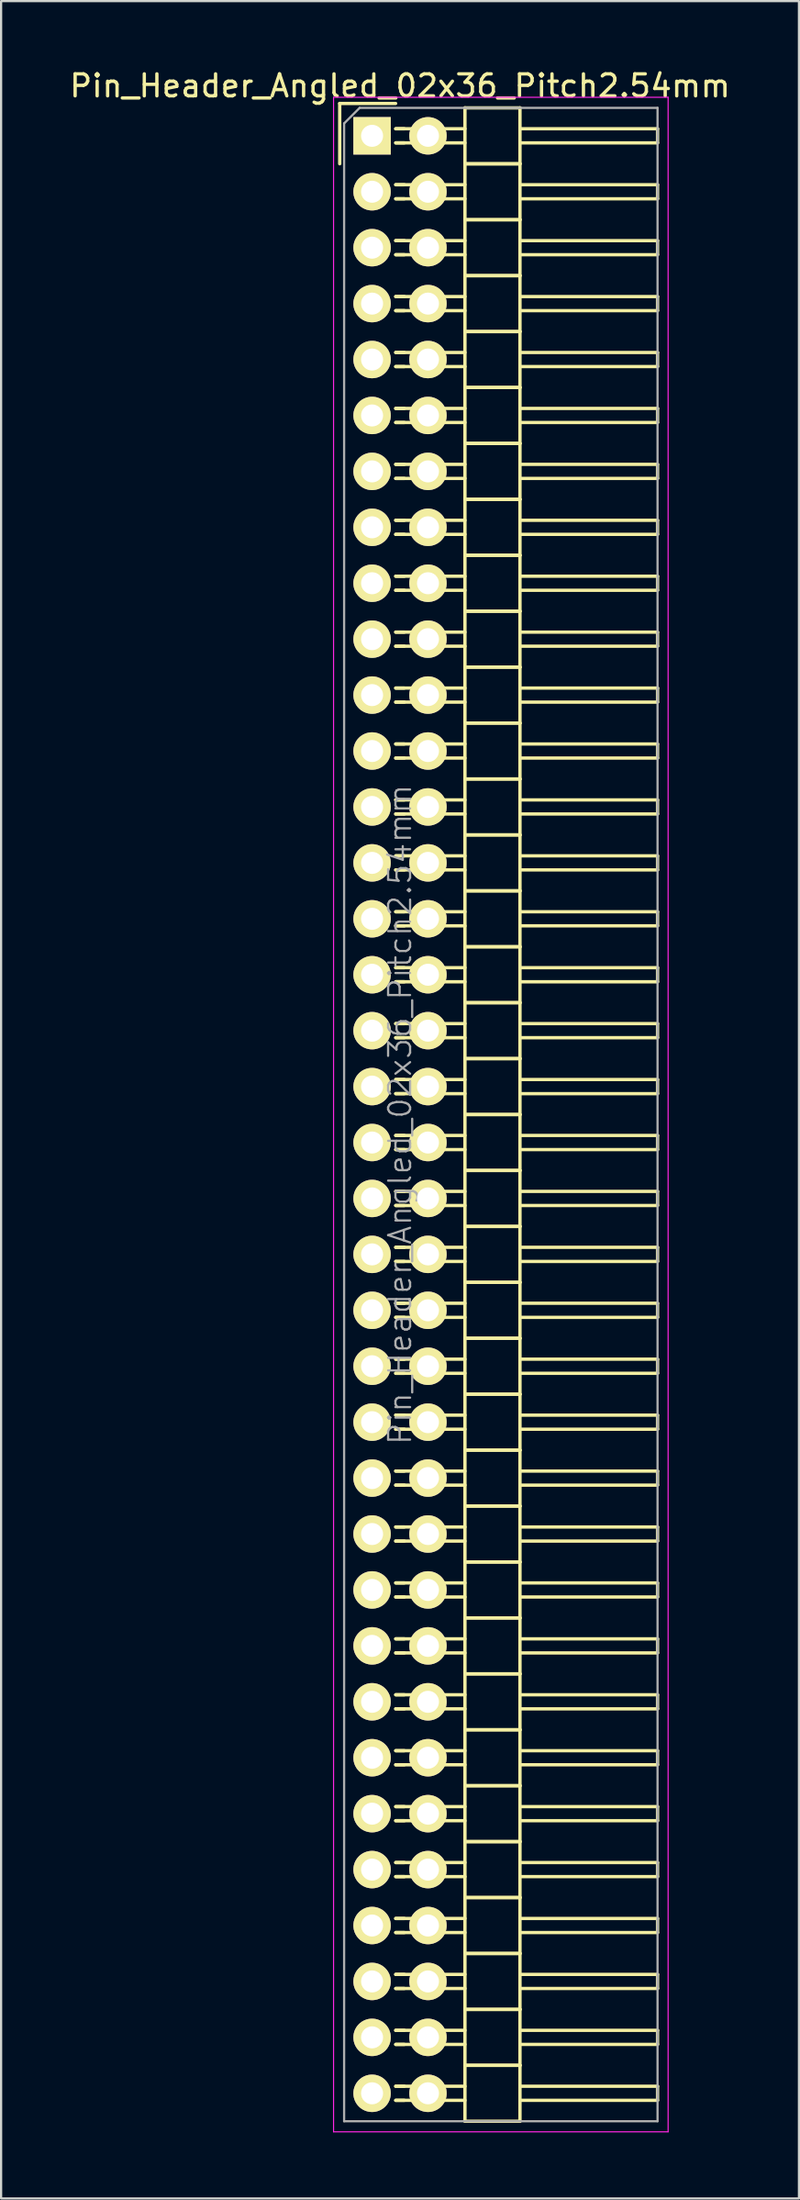
<source format=kicad_pcb>
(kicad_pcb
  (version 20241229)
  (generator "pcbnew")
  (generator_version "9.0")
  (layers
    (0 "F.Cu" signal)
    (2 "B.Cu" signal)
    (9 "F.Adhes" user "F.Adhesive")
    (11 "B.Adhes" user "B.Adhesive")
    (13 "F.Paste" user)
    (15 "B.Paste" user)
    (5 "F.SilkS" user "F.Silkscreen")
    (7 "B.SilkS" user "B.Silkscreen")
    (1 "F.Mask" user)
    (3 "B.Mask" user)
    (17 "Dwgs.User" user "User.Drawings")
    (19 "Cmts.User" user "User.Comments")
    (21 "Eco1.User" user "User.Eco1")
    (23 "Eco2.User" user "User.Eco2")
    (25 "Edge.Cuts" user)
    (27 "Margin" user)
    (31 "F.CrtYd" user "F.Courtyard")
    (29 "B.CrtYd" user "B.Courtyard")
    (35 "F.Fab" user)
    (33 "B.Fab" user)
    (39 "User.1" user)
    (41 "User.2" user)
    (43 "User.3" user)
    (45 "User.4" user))
  (footprint "Pin_Header_Angled_02x36_Pitch2.54mm"
    (layer "F.Cu")
    (at 13.855 3.118)
    (property "Reference" "Pin_Header_Angled_02x36_Pitch2.54mm" (at 1.27 -2.27 0) (layer "F.SilkS") (effects (font (size 1 1) (thickness 0.15))))
    (attr smd)
    (fp_line (start -1.47 -1.47) (end -1.47 1.27) (stroke (width 0.15) (type solid)) (layer "F.SilkS"))
    (fp_line (start -1.47 -1.47) (end 1.07 -1.47) (stroke (width 0.15) (type solid)) (layer "F.SilkS"))
    (fp_line (start 1.465 -0.32) (end 1.075 -0.32) (stroke (width 0.15) (type solid)) (layer "F.SilkS"))
    (fp_line (start 1.465 0.32) (end 1.075 0.32) (stroke (width 0.15) (type solid)) (layer "F.SilkS"))
    (fp_line (start 1.465 2.22) (end 1.075 2.22) (stroke (width 0.15) (type solid)) (layer "F.SilkS"))
    (fp_line (start 1.465 2.86) (end 1.075 2.86) (stroke (width 0.15) (type solid)) (layer "F.SilkS"))
    (fp_line (start 1.465 4.76) (end 1.075 4.76) (stroke (width 0.15) (type solid)) (layer "F.SilkS"))
    (fp_line (start 1.465 5.4) (end 1.075 5.4) (stroke (width 0.15) (type solid)) (layer "F.SilkS"))
    (fp_line (start 1.465 7.3) (end 1.075 7.3) (stroke (width 0.15) (type solid)) (layer "F.SilkS"))
    (fp_line (start 1.465 7.94) (end 1.075 7.94) (stroke (width 0.15) (type solid)) (layer "F.SilkS"))
    (fp_line (start 1.465 9.84) (end 1.075 9.84) (stroke (width 0.15) (type solid)) (layer "F.SilkS"))
    (fp_line (start 1.465 10.48) (end 1.075 10.48) (stroke (width 0.15) (type solid)) (layer "F.SilkS"))
    (fp_line (start 1.465 12.38) (end 1.075 12.38) (stroke (width 0.15) (type solid)) (layer "F.SilkS"))
    (fp_line (start 1.465 13.02) (end 1.075 13.02) (stroke (width 0.15) (type solid)) (layer "F.SilkS"))
    (fp_line (start 1.465 14.92) (end 1.075 14.92) (stroke (width 0.15) (type solid)) (layer "F.SilkS"))
    (fp_line (start 1.465 15.56) (end 1.075 15.56) (stroke (width 0.15) (type solid)) (layer "F.SilkS"))
    (fp_line (start 1.465 17.46) (end 1.075 17.46) (stroke (width 0.15) (type solid)) (layer "F.SilkS"))
    (fp_line (start 1.465 18.1) (end 1.075 18.1) (stroke (width 0.15) (type solid)) (layer "F.SilkS"))
    (fp_line (start 1.465 20) (end 1.075 20) (stroke (width 0.15) (type solid)) (layer "F.SilkS"))
    (fp_line (start 1.465 20.64) (end 1.075 20.64) (stroke (width 0.15) (type solid)) (layer "F.SilkS"))
    (fp_line (start 1.465 22.54) (end 1.075 22.54) (stroke (width 0.15) (type solid)) (layer "F.SilkS"))
    (fp_line (start 1.465 23.18) (end 1.075 23.18) (stroke (width 0.15) (type solid)) (layer "F.SilkS"))
    (fp_line (start 1.465 25.08) (end 1.075 25.08) (stroke (width 0.15) (type solid)) (layer "F.SilkS"))
    (fp_line (start 1.465 25.72) (end 1.075 25.72) (stroke (width 0.15) (type solid)) (layer "F.SilkS"))
    (fp_line (start 1.465 27.62) (end 1.075 27.62) (stroke (width 0.15) (type solid)) (layer "F.SilkS"))
    (fp_line (start 1.465 28.26) (end 1.075 28.26) (stroke (width 0.15) (type solid)) (layer "F.SilkS"))
    (fp_line (start 1.465 30.16) (end 1.075 30.16) (stroke (width 0.15) (type solid)) (layer "F.SilkS"))
    (fp_line (start 1.465 30.8) (end 1.075 30.8) (stroke (width 0.15) (type solid)) (layer "F.SilkS"))
    (fp_line (start 1.465 32.7) (end 1.075 32.7) (stroke (width 0.15) (type solid)) (layer "F.SilkS"))
    (fp_line (start 1.465 33.34) (end 1.075 33.34) (stroke (width 0.15) (type solid)) (layer "F.SilkS"))
    (fp_line (start 1.465 35.24) (end 1.075 35.24) (stroke (width 0.15) (type solid)) (layer "F.SilkS"))
    (fp_line (start 1.465 35.88) (end 1.075 35.88) (stroke (width 0.15) (type solid)) (layer "F.SilkS"))
    (fp_line (start 1.465 37.78) (end 1.075 37.78) (stroke (width 0.15) (type solid)) (layer "F.SilkS"))
    (fp_line (start 1.465 38.42) (end 1.075 38.42) (stroke (width 0.15) (type solid)) (layer "F.SilkS"))
    (fp_line (start 1.465 40.32) (end 1.075 40.32) (stroke (width 0.15) (type solid)) (layer "F.SilkS"))
    (fp_line (start 1.465 40.96) (end 1.075 40.96) (stroke (width 0.15) (type solid)) (layer "F.SilkS"))
    (fp_line (start 1.465 42.86) (end 1.075 42.86) (stroke (width 0.15) (type solid)) (layer "F.SilkS"))
    (fp_line (start 1.465 43.5) (end 1.075 43.5) (stroke (width 0.15) (type solid)) (layer "F.SilkS"))
    (fp_line (start 1.465 45.4) (end 1.075 45.4) (stroke (width 0.15) (type solid)) (layer "F.SilkS"))
    (fp_line (start 1.465 46.04) (end 1.075 46.04) (stroke (width 0.15) (type solid)) (layer "F.SilkS"))
    (fp_line (start 1.465 47.94) (end 1.075 47.94) (stroke (width 0.15) (type solid)) (layer "F.SilkS"))
    (fp_line (start 1.465 48.58) (end 1.075 48.58) (stroke (width 0.15) (type solid)) (layer "F.SilkS"))
    (fp_line (start 1.465 50.48) (end 1.075 50.48) (stroke (width 0.15) (type solid)) (layer "F.SilkS"))
    (fp_line (start 1.465 51.12) (end 1.075 51.12) (stroke (width 0.15) (type solid)) (layer "F.SilkS"))
    (fp_line (start 1.465 53.02) (end 1.075 53.02) (stroke (width 0.15) (type solid)) (layer "F.SilkS"))
    (fp_line (start 1.465 53.66) (end 1.075 53.66) (stroke (width 0.15) (type solid)) (layer "F.SilkS"))
    (fp_line (start 1.465 55.56) (end 1.075 55.56) (stroke (width 0.15) (type solid)) (layer "F.SilkS"))
    (fp_line (start 1.465 56.2) (end 1.075 56.2) (stroke (width 0.15) (type solid)) (layer "F.SilkS"))
    (fp_line (start 1.465 58.1) (end 1.075 58.1) (stroke (width 0.15) (type solid)) (layer "F.SilkS"))
    (fp_line (start 1.465 58.74) (end 1.075 58.74) (stroke (width 0.15) (type solid)) (layer "F.SilkS"))
    (fp_line (start 1.465 60.64) (end 1.075 60.64) (stroke (width 0.15) (type solid)) (layer "F.SilkS"))
    (fp_line (start 1.465 61.28) (end 1.075 61.28) (stroke (width 0.15) (type solid)) (layer "F.SilkS"))
    (fp_line (start 1.465 63.18) (end 1.075 63.18) (stroke (width 0.15) (type solid)) (layer "F.SilkS"))
    (fp_line (start 1.465 63.82) (end 1.075 63.82) (stroke (width 0.15) (type solid)) (layer "F.SilkS"))
    (fp_line (start 1.465 65.72) (end 1.075 65.72) (stroke (width 0.15) (type solid)) (layer "F.SilkS"))
    (fp_line (start 1.465 66.36) (end 1.075 66.36) (stroke (width 0.15) (type solid)) (layer "F.SilkS"))
    (fp_line (start 1.465 68.26) (end 1.075 68.26) (stroke (width 0.15) (type solid)) (layer "F.SilkS"))
    (fp_line (start 1.465 68.9) (end 1.075 68.9) (stroke (width 0.15) (type solid)) (layer "F.SilkS"))
    (fp_line (start 1.465 70.8) (end 1.075 70.8) (stroke (width 0.15) (type solid)) (layer "F.SilkS"))
    (fp_line (start 1.465 71.44) (end 1.075 71.44) (stroke (width 0.15) (type solid)) (layer "F.SilkS"))
    (fp_line (start 1.465 73.34) (end 1.075 73.34) (stroke (width 0.15) (type solid)) (layer "F.SilkS"))
    (fp_line (start 1.465 73.98) (end 1.075 73.98) (stroke (width 0.15) (type solid)) (layer "F.SilkS"))
    (fp_line (start 1.465 75.88) (end 1.075 75.88) (stroke (width 0.15) (type solid)) (layer "F.SilkS"))
    (fp_line (start 1.465 76.52) (end 1.075 76.52) (stroke (width 0.15) (type solid)) (layer "F.SilkS"))
    (fp_line (start 1.465 78.42) (end 1.075 78.42) (stroke (width 0.15) (type solid)) (layer "F.SilkS"))
    (fp_line (start 1.465 79.06) (end 1.075 79.06) (stroke (width 0.15) (type solid)) (layer "F.SilkS"))
    (fp_line (start 1.465 80.96) (end 1.075 80.96) (stroke (width 0.15) (type solid)) (layer "F.SilkS"))
    (fp_line (start 1.465 81.6) (end 1.075 81.6) (stroke (width 0.15) (type solid)) (layer "F.SilkS"))
    (fp_line (start 1.465 83.5) (end 1.075 83.5) (stroke (width 0.15) (type solid)) (layer "F.SilkS"))
    (fp_line (start 1.465 84.14) (end 1.075 84.14) (stroke (width 0.15) (type solid)) (layer "F.SilkS"))
    (fp_line (start 1.465 86.04) (end 1.075 86.04) (stroke (width 0.15) (type solid)) (layer "F.SilkS"))
    (fp_line (start 1.465 86.68) (end 1.075 86.68) (stroke (width 0.15) (type solid)) (layer "F.SilkS"))
    (fp_line (start 1.465 88.58) (end 1.075 88.58) (stroke (width 0.15) (type solid)) (layer "F.SilkS"))
    (fp_line (start 1.465 89.22) (end 1.075 89.22) (stroke (width 0.15) (type solid)) (layer "F.SilkS"))
    (fp_line (start 4.22 -0.32) (end 1.075 -0.32) (stroke (width 0.15) (type solid)) (layer "F.SilkS"))
    (fp_line (start 4.22 0.32) (end 1.075 0.32) (stroke (width 0.15) (type solid)) (layer "F.SilkS"))
    (fp_line (start 4.22 1.27) (end 4.22 -1.27) (stroke (width 0.15) (type solid)) (layer "F.SilkS"))
    (fp_line (start 4.22 2.22) (end 1.075 2.22) (stroke (width 0.15) (type solid)) (layer "F.SilkS"))
    (fp_line (start 4.22 2.86) (end 1.075 2.86) (stroke (width 0.15) (type solid)) (layer "F.SilkS"))
    (fp_line (start 4.22 3.81) (end 4.22 1.27) (stroke (width 0.15) (type solid)) (layer "F.SilkS"))
    (fp_line (start 4.22 4.76) (end 1.075 4.76) (stroke (width 0.15) (type solid)) (layer "F.SilkS"))
    (fp_line (start 4.22 5.4) (end 1.075 5.4) (stroke (width 0.15) (type solid)) (layer "F.SilkS"))
    (fp_line (start 4.22 6.35) (end 4.22 3.81) (stroke (width 0.15) (type solid)) (layer "F.SilkS"))
    (fp_line (start 4.22 7.3) (end 1.075 7.3) (stroke (width 0.15) (type solid)) (layer "F.SilkS"))
    (fp_line (start 4.22 7.94) (end 1.075 7.94) (stroke (width 0.15) (type solid)) (layer "F.SilkS"))
    (fp_line (start 4.22 8.89) (end 4.22 6.35) (stroke (width 0.15) (type solid)) (layer "F.SilkS"))
    (fp_line (start 4.22 9.84) (end 1.075 9.84) (stroke (width 0.15) (type solid)) (layer "F.SilkS"))
    (fp_line (start 4.22 10.48) (end 1.075 10.48) (stroke (width 0.15) (type solid)) (layer "F.SilkS"))
    (fp_line (start 4.22 11.43) (end 4.22 8.89) (stroke (width 0.15) (type solid)) (layer "F.SilkS"))
    (fp_line (start 4.22 12.38) (end 1.075 12.38) (stroke (width 0.15) (type solid)) (layer "F.SilkS"))
    (fp_line (start 4.22 13.02) (end 1.075 13.02) (stroke (width 0.15) (type solid)) (layer "F.SilkS"))
    (fp_line (start 4.22 13.97) (end 4.22 11.43) (stroke (width 0.15) (type solid)) (layer "F.SilkS"))
    (fp_line (start 4.22 14.92) (end 1.075 14.92) (stroke (width 0.15) (type solid)) (layer "F.SilkS"))
    (fp_line (start 4.22 15.56) (end 1.075 15.56) (stroke (width 0.15) (type solid)) (layer "F.SilkS"))
    (fp_line (start 4.22 16.51) (end 4.22 13.97) (stroke (width 0.15) (type solid)) (layer "F.SilkS"))
    (fp_line (start 4.22 17.46) (end 1.075 17.46) (stroke (width 0.15) (type solid)) (layer "F.SilkS"))
    (fp_line (start 4.22 18.1) (end 1.075 18.1) (stroke (width 0.15) (type solid)) (layer "F.SilkS"))
    (fp_line (start 4.22 19.05) (end 4.22 16.51) (stroke (width 0.15) (type solid)) (layer "F.SilkS"))
    (fp_line (start 4.22 20) (end 1.075 20) (stroke (width 0.15) (type solid)) (layer "F.SilkS"))
    (fp_line (start 4.22 20.64) (end 1.075 20.64) (stroke (width 0.15) (type solid)) (layer "F.SilkS"))
    (fp_line (start 4.22 21.59) (end 4.22 19.05) (stroke (width 0.15) (type solid)) (layer "F.SilkS"))
    (fp_line (start 4.22 22.54) (end 1.075 22.54) (stroke (width 0.15) (type solid)) (layer "F.SilkS"))
    (fp_line (start 4.22 23.18) (end 1.075 23.18) (stroke (width 0.15) (type solid)) (layer "F.SilkS"))
    (fp_line (start 4.22 24.13) (end 4.22 21.59) (stroke (width 0.15) (type solid)) (layer "F.SilkS"))
    (fp_line (start 4.22 25.08) (end 1.075 25.08) (stroke (width 0.15) (type solid)) (layer "F.SilkS"))
    (fp_line (start 4.22 25.72) (end 1.075 25.72) (stroke (width 0.15) (type solid)) (layer "F.SilkS"))
    (fp_line (start 4.22 26.67) (end 4.22 24.13) (stroke (width 0.15) (type solid)) (layer "F.SilkS"))
    (fp_line (start 4.22 27.62) (end 1.075 27.62) (stroke (width 0.15) (type solid)) (layer "F.SilkS"))
    (fp_line (start 4.22 28.26) (end 1.075 28.26) (stroke (width 0.15) (type solid)) (layer "F.SilkS"))
    (fp_line (start 4.22 29.21) (end 4.22 26.67) (stroke (width 0.15) (type solid)) (layer "F.SilkS"))
    (fp_line (start 4.22 30.16) (end 1.075 30.16) (stroke (width 0.15) (type solid)) (layer "F.SilkS"))
    (fp_line (start 4.22 30.8) (end 1.075 30.8) (stroke (width 0.15) (type solid)) (layer "F.SilkS"))
    (fp_line (start 4.22 31.75) (end 4.22 29.21) (stroke (width 0.15) (type solid)) (layer "F.SilkS"))
    (fp_line (start 4.22 32.7) (end 1.075 32.7) (stroke (width 0.15) (type solid)) (layer "F.SilkS"))
    (fp_line (start 4.22 33.34) (end 1.075 33.34) (stroke (width 0.15) (type solid)) (layer "F.SilkS"))
    (fp_line (start 4.22 34.29) (end 4.22 31.75) (stroke (width 0.15) (type solid)) (layer "F.SilkS"))
    (fp_line (start 4.22 35.24) (end 1.075 35.24) (stroke (width 0.15) (type solid)) (layer "F.SilkS"))
    (fp_line (start 4.22 35.88) (end 1.075 35.88) (stroke (width 0.15) (type solid)) (layer "F.SilkS"))
    (fp_line (start 4.22 36.83) (end 4.22 34.29) (stroke (width 0.15) (type solid)) (layer "F.SilkS"))
    (fp_line (start 4.22 37.78) (end 1.075 37.78) (stroke (width 0.15) (type solid)) (layer "F.SilkS"))
    (fp_line (start 4.22 38.42) (end 1.075 38.42) (stroke (width 0.15) (type solid)) (layer "F.SilkS"))
    (fp_line (start 4.22 39.37) (end 4.22 36.83) (stroke (width 0.15) (type solid)) (layer "F.SilkS"))
    (fp_line (start 4.22 40.32) (end 1.075 40.32) (stroke (width 0.15) (type solid)) (layer "F.SilkS"))
    (fp_line (start 4.22 40.96) (end 1.075 40.96) (stroke (width 0.15) (type solid)) (layer "F.SilkS"))
    (fp_line (start 4.22 41.91) (end 4.22 39.37) (stroke (width 0.15) (type solid)) (layer "F.SilkS"))
    (fp_line (start 4.22 42.86) (end 1.075 42.86) (stroke (width 0.15) (type solid)) (layer "F.SilkS"))
    (fp_line (start 4.22 43.5) (end 1.075 43.5) (stroke (width 0.15) (type solid)) (layer "F.SilkS"))
    (fp_line (start 4.22 44.45) (end 4.22 41.91) (stroke (width 0.15) (type solid)) (layer "F.SilkS"))
    (fp_line (start 4.22 45.4) (end 1.075 45.4) (stroke (width 0.15) (type solid)) (layer "F.SilkS"))
    (fp_line (start 4.22 46.04) (end 1.075 46.04) (stroke (width 0.15) (type solid)) (layer "F.SilkS"))
    (fp_line (start 4.22 46.99) (end 4.22 44.45) (stroke (width 0.15) (type solid)) (layer "F.SilkS"))
    (fp_line (start 4.22 47.94) (end 1.075 47.94) (stroke (width 0.15) (type solid)) (layer "F.SilkS"))
    (fp_line (start 4.22 48.58) (end 1.075 48.58) (stroke (width 0.15) (type solid)) (layer "F.SilkS"))
    (fp_line (start 4.22 49.53) (end 4.22 46.99) (stroke (width 0.15) (type solid)) (layer "F.SilkS"))
    (fp_line (start 4.22 50.48) (end 1.075 50.48) (stroke (width 0.15) (type solid)) (layer "F.SilkS"))
    (fp_line (start 4.22 51.12) (end 1.075 51.12) (stroke (width 0.15) (type solid)) (layer "F.SilkS"))
    (fp_line (start 4.22 52.07) (end 4.22 49.53) (stroke (width 0.15) (type solid)) (layer "F.SilkS"))
    (fp_line (start 4.22 53.02) (end 1.075 53.02) (stroke (width 0.15) (type solid)) (layer "F.SilkS"))
    (fp_line (start 4.22 53.66) (end 1.075 53.66) (stroke (width 0.15) (type solid)) (layer "F.SilkS"))
    (fp_line (start 4.22 54.61) (end 4.22 52.07) (stroke (width 0.15) (type solid)) (layer "F.SilkS"))
    (fp_line (start 4.22 55.56) (end 1.075 55.56) (stroke (width 0.15) (type solid)) (layer "F.SilkS"))
    (fp_line (start 4.22 56.2) (end 1.075 56.2) (stroke (width 0.15) (type solid)) (layer "F.SilkS"))
    (fp_line (start 4.22 57.15) (end 4.22 54.61) (stroke (width 0.15) (type solid)) (layer "F.SilkS"))
    (fp_line (start 4.22 58.1) (end 1.075 58.1) (stroke (width 0.15) (type solid)) (layer "F.SilkS"))
    (fp_line (start 4.22 58.74) (end 1.075 58.74) (stroke (width 0.15) (type solid)) (layer "F.SilkS"))
    (fp_line (start 4.22 59.69) (end 4.22 57.15) (stroke (width 0.15) (type solid)) (layer "F.SilkS"))
    (fp_line (start 4.22 60.64) (end 1.075 60.64) (stroke (width 0.15) (type solid)) (layer "F.SilkS"))
    (fp_line (start 4.22 61.28) (end 1.075 61.28) (stroke (width 0.15) (type solid)) (layer "F.SilkS"))
    (fp_line (start 4.22 62.23) (end 4.22 59.69) (stroke (width 0.15) (type solid)) (layer "F.SilkS"))
    (fp_line (start 4.22 63.18) (end 1.075 63.18) (stroke (width 0.15) (type solid)) (layer "F.SilkS"))
    (fp_line (start 4.22 63.82) (end 1.075 63.82) (stroke (width 0.15) (type solid)) (layer "F.SilkS"))
    (fp_line (start 4.22 64.77) (end 4.22 62.23) (stroke (width 0.15) (type solid)) (layer "F.SilkS"))
    (fp_line (start 4.22 65.72) (end 1.075 65.72) (stroke (width 0.15) (type solid)) (layer "F.SilkS"))
    (fp_line (start 4.22 66.36) (end 1.075 66.36) (stroke (width 0.15) (type solid)) (layer "F.SilkS"))
    (fp_line (start 4.22 67.31) (end 4.22 64.77) (stroke (width 0.15) (type solid)) (layer "F.SilkS"))
    (fp_line (start 4.22 68.26) (end 1.075 68.26) (stroke (width 0.15) (type solid)) (layer "F.SilkS"))
    (fp_line (start 4.22 68.9) (end 1.075 68.9) (stroke (width 0.15) (type solid)) (layer "F.SilkS"))
    (fp_line (start 4.22 69.85) (end 4.22 67.31) (stroke (width 0.15) (type solid)) (layer "F.SilkS"))
    (fp_line (start 4.22 70.8) (end 1.075 70.8) (stroke (width 0.15) (type solid)) (layer "F.SilkS"))
    (fp_line (start 4.22 71.44) (end 1.075 71.44) (stroke (width 0.15) (type solid)) (layer "F.SilkS"))
    (fp_line (start 4.22 72.39) (end 4.22 69.85) (stroke (width 0.15) (type solid)) (layer "F.SilkS"))
    (fp_line (start 4.22 73.34) (end 1.075 73.34) (stroke (width 0.15) (type solid)) (layer "F.SilkS"))
    (fp_line (start 4.22 73.98) (end 1.075 73.98) (stroke (width 0.15) (type solid)) (layer "F.SilkS"))
    (fp_line (start 4.22 74.93) (end 4.22 72.39) (stroke (width 0.15) (type solid)) (layer "F.SilkS"))
    (fp_line (start 4.22 75.88) (end 1.075 75.88) (stroke (width 0.15) (type solid)) (layer "F.SilkS"))
    (fp_line (start 4.22 76.52) (end 1.075 76.52) (stroke (width 0.15) (type solid)) (layer "F.SilkS"))
    (fp_line (start 4.22 77.47) (end 4.22 74.93) (stroke (width 0.15) (type solid)) (layer "F.SilkS"))
    (fp_line (start 4.22 78.42) (end 1.075 78.42) (stroke (width 0.15) (type solid)) (layer "F.SilkS"))
    (fp_line (start 4.22 79.06) (end 1.075 79.06) (stroke (width 0.15) (type solid)) (layer "F.SilkS"))
    (fp_line (start 4.22 80.01) (end 4.22 77.47) (stroke (width 0.15) (type solid)) (layer "F.SilkS"))
    (fp_line (start 4.22 80.96) (end 1.075 80.96) (stroke (width 0.15) (type solid)) (layer "F.SilkS"))
    (fp_line (start 4.22 81.6) (end 1.075 81.6) (stroke (width 0.15) (type solid)) (layer "F.SilkS"))
    (fp_line (start 4.22 82.55) (end 4.22 80.01) (stroke (width 0.15) (type solid)) (layer "F.SilkS"))
    (fp_line (start 4.22 83.5) (end 1.075 83.5) (stroke (width 0.15) (type solid)) (layer "F.SilkS"))
    (fp_line (start 4.22 84.14) (end 1.075 84.14) (stroke (width 0.15) (type solid)) (layer "F.SilkS"))
    (fp_line (start 4.22 85.09) (end 4.22 82.55) (stroke (width 0.15) (type solid)) (layer "F.SilkS"))
    (fp_line (start 4.22 86.04) (end 1.075 86.04) (stroke (width 0.15) (type solid)) (layer "F.SilkS"))
    (fp_line (start 4.22 86.68) (end 1.075 86.68) (stroke (width 0.15) (type solid)) (layer "F.SilkS"))
    (fp_line (start 4.22 87.63) (end 4.22 85.09) (stroke (width 0.15) (type solid)) (layer "F.SilkS"))
    (fp_line (start 4.22 88.58) (end 1.075 88.58) (stroke (width 0.15) (type solid)) (layer "F.SilkS"))
    (fp_line (start 4.22 89.22) (end 1.075 89.22) (stroke (width 0.15) (type solid)) (layer "F.SilkS"))
    (fp_line (start 4.22 90.17) (end 4.22 87.63) (stroke (width 0.15) (type solid)) (layer "F.SilkS"))
    (fp_line (start 6.72 -1.27) (end 4.22 -1.27) (stroke (width 0.15) (type solid)) (layer "F.SilkS"))
    (fp_line (start 6.72 -0.32) (end 12.97 -0.32) (stroke (width 0.15) (type solid)) (layer "F.SilkS"))
    (fp_line (start 6.72 0.32) (end 12.97 0.32) (stroke (width 0.15) (type solid)) (layer "F.SilkS"))
    (fp_line (start 6.72 1.27) (end 4.22 1.27) (stroke (width 0.15) (type solid)) (layer "F.SilkS"))
    (fp_line (start 6.72 1.27) (end 4.22 1.27) (stroke (width 0.15) (type solid)) (layer "F.SilkS"))
    (fp_line (start 6.72 1.27) (end 6.72 -1.27) (stroke (width 0.15) (type solid)) (layer "F.SilkS"))
    (fp_line (start 6.72 2.22) (end 12.97 2.22) (stroke (width 0.15) (type solid)) (layer "F.SilkS"))
    (fp_line (start 6.72 2.86) (end 12.97 2.86) (stroke (width 0.15) (type solid)) (layer "F.SilkS"))
    (fp_line (start 6.72 3.81) (end 4.22 3.81) (stroke (width 0.15) (type solid)) (layer "F.SilkS"))
    (fp_line (start 6.72 3.81) (end 4.22 3.81) (stroke (width 0.15) (type solid)) (layer "F.SilkS"))
    (fp_line (start 6.72 3.81) (end 6.72 1.27) (stroke (width 0.15) (type solid)) (layer "F.SilkS"))
    (fp_line (start 6.72 4.76) (end 12.97 4.76) (stroke (width 0.15) (type solid)) (layer "F.SilkS"))
    (fp_line (start 6.72 5.4) (end 12.97 5.4) (stroke (width 0.15) (type solid)) (layer "F.SilkS"))
    (fp_line (start 6.72 6.35) (end 4.22 6.35) (stroke (width 0.15) (type solid)) (layer "F.SilkS"))
    (fp_line (start 6.72 6.35) (end 4.22 6.35) (stroke (width 0.15) (type solid)) (layer "F.SilkS"))
    (fp_line (start 6.72 6.35) (end 6.72 3.81) (stroke (width 0.15) (type solid)) (layer "F.SilkS"))
    (fp_line (start 6.72 7.3) (end 12.97 7.3) (stroke (width 0.15) (type solid)) (layer "F.SilkS"))
    (fp_line (start 6.72 7.94) (end 12.97 7.94) (stroke (width 0.15) (type solid)) (layer "F.SilkS"))
    (fp_line (start 6.72 8.89) (end 4.22 8.89) (stroke (width 0.15) (type solid)) (layer "F.SilkS"))
    (fp_line (start 6.72 8.89) (end 4.22 8.89) (stroke (width 0.15) (type solid)) (layer "F.SilkS"))
    (fp_line (start 6.72 8.89) (end 6.72 6.35) (stroke (width 0.15) (type solid)) (layer "F.SilkS"))
    (fp_line (start 6.72 9.84) (end 12.97 9.84) (stroke (width 0.15) (type solid)) (layer "F.SilkS"))
    (fp_line (start 6.72 10.48) (end 12.97 10.48) (stroke (width 0.15) (type solid)) (layer "F.SilkS"))
    (fp_line (start 6.72 11.43) (end 4.22 11.43) (stroke (width 0.15) (type solid)) (layer "F.SilkS"))
    (fp_line (start 6.72 11.43) (end 4.22 11.43) (stroke (width 0.15) (type solid)) (layer "F.SilkS"))
    (fp_line (start 6.72 11.43) (end 6.72 8.89) (stroke (width 0.15) (type solid)) (layer "F.SilkS"))
    (fp_line (start 6.72 12.38) (end 12.97 12.38) (stroke (width 0.15) (type solid)) (layer "F.SilkS"))
    (fp_line (start 6.72 13.02) (end 12.97 13.02) (stroke (width 0.15) (type solid)) (layer "F.SilkS"))
    (fp_line (start 6.72 13.97) (end 4.22 13.97) (stroke (width 0.15) (type solid)) (layer "F.SilkS"))
    (fp_line (start 6.72 13.97) (end 4.22 13.97) (stroke (width 0.15) (type solid)) (layer "F.SilkS"))
    (fp_line (start 6.72 13.97) (end 6.72 11.43) (stroke (width 0.15) (type solid)) (layer "F.SilkS"))
    (fp_line (start 6.72 14.92) (end 12.97 14.92) (stroke (width 0.15) (type solid)) (layer "F.SilkS"))
    (fp_line (start 6.72 15.56) (end 12.97 15.56) (stroke (width 0.15) (type solid)) (layer "F.SilkS"))
    (fp_line (start 6.72 16.51) (end 4.22 16.51) (stroke (width 0.15) (type solid)) (layer "F.SilkS"))
    (fp_line (start 6.72 16.51) (end 4.22 16.51) (stroke (width 0.15) (type solid)) (layer "F.SilkS"))
    (fp_line (start 6.72 16.51) (end 6.72 13.97) (stroke (width 0.15) (type solid)) (layer "F.SilkS"))
    (fp_line (start 6.72 17.46) (end 12.97 17.46) (stroke (width 0.15) (type solid)) (layer "F.SilkS"))
    (fp_line (start 6.72 18.1) (end 12.97 18.1) (stroke (width 0.15) (type solid)) (layer "F.SilkS"))
    (fp_line (start 6.72 19.05) (end 4.22 19.05) (stroke (width 0.15) (type solid)) (layer "F.SilkS"))
    (fp_line (start 6.72 19.05) (end 4.22 19.05) (stroke (width 0.15) (type solid)) (layer "F.SilkS"))
    (fp_line (start 6.72 19.05) (end 6.72 16.51) (stroke (width 0.15) (type solid)) (layer "F.SilkS"))
    (fp_line (start 6.72 20) (end 12.97 20) (stroke (width 0.15) (type solid)) (layer "F.SilkS"))
    (fp_line (start 6.72 20.64) (end 12.97 20.64) (stroke (width 0.15) (type solid)) (layer "F.SilkS"))
    (fp_line (start 6.72 21.59) (end 4.22 21.59) (stroke (width 0.15) (type solid)) (layer "F.SilkS"))
    (fp_line (start 6.72 21.59) (end 4.22 21.59) (stroke (width 0.15) (type solid)) (layer "F.SilkS"))
    (fp_line (start 6.72 21.59) (end 6.72 19.05) (stroke (width 0.15) (type solid)) (layer "F.SilkS"))
    (fp_line (start 6.72 22.54) (end 12.97 22.54) (stroke (width 0.15) (type solid)) (layer "F.SilkS"))
    (fp_line (start 6.72 23.18) (end 12.97 23.18) (stroke (width 0.15) (type solid)) (layer "F.SilkS"))
    (fp_line (start 6.72 24.13) (end 4.22 24.13) (stroke (width 0.15) (type solid)) (layer "F.SilkS"))
    (fp_line (start 6.72 24.13) (end 4.22 24.13) (stroke (width 0.15) (type solid)) (layer "F.SilkS"))
    (fp_line (start 6.72 24.13) (end 6.72 21.59) (stroke (width 0.15) (type solid)) (layer "F.SilkS"))
    (fp_line (start 6.72 25.08) (end 12.97 25.08) (stroke (width 0.15) (type solid)) (layer "F.SilkS"))
    (fp_line (start 6.72 25.72) (end 12.97 25.72) (stroke (width 0.15) (type solid)) (layer "F.SilkS"))
    (fp_line (start 6.72 26.67) (end 4.22 26.67) (stroke (width 0.15) (type solid)) (layer "F.SilkS"))
    (fp_line (start 6.72 26.67) (end 4.22 26.67) (stroke (width 0.15) (type solid)) (layer "F.SilkS"))
    (fp_line (start 6.72 26.67) (end 6.72 24.13) (stroke (width 0.15) (type solid)) (layer "F.SilkS"))
    (fp_line (start 6.72 27.62) (end 12.97 27.62) (stroke (width 0.15) (type solid)) (layer "F.SilkS"))
    (fp_line (start 6.72 28.26) (end 12.97 28.26) (stroke (width 0.15) (type solid)) (layer "F.SilkS"))
    (fp_line (start 6.72 29.21) (end 4.22 29.21) (stroke (width 0.15) (type solid)) (layer "F.SilkS"))
    (fp_line (start 6.72 29.21) (end 4.22 29.21) (stroke (width 0.15) (type solid)) (layer "F.SilkS"))
    (fp_line (start 6.72 29.21) (end 6.72 26.67) (stroke (width 0.15) (type solid)) (layer "F.SilkS"))
    (fp_line (start 6.72 30.16) (end 12.97 30.16) (stroke (width 0.15) (type solid)) (layer "F.SilkS"))
    (fp_line (start 6.72 30.8) (end 12.97 30.8) (stroke (width 0.15) (type solid)) (layer "F.SilkS"))
    (fp_line (start 6.72 31.75) (end 4.22 31.75) (stroke (width 0.15) (type solid)) (layer "F.SilkS"))
    (fp_line (start 6.72 31.75) (end 4.22 31.75) (stroke (width 0.15) (type solid)) (layer "F.SilkS"))
    (fp_line (start 6.72 31.75) (end 6.72 29.21) (stroke (width 0.15) (type solid)) (layer "F.SilkS"))
    (fp_line (start 6.72 32.7) (end 12.97 32.7) (stroke (width 0.15) (type solid)) (layer "F.SilkS"))
    (fp_line (start 6.72 33.34) (end 12.97 33.34) (stroke (width 0.15) (type solid)) (layer "F.SilkS"))
    (fp_line (start 6.72 34.29) (end 4.22 34.29) (stroke (width 0.15) (type solid)) (layer "F.SilkS"))
    (fp_line (start 6.72 34.29) (end 4.22 34.29) (stroke (width 0.15) (type solid)) (layer "F.SilkS"))
    (fp_line (start 6.72 34.29) (end 6.72 31.75) (stroke (width 0.15) (type solid)) (layer "F.SilkS"))
    (fp_line (start 6.72 35.24) (end 12.97 35.24) (stroke (width 0.15) (type solid)) (layer "F.SilkS"))
    (fp_line (start 6.72 35.88) (end 12.97 35.88) (stroke (width 0.15) (type solid)) (layer "F.SilkS"))
    (fp_line (start 6.72 36.83) (end 4.22 36.83) (stroke (width 0.15) (type solid)) (layer "F.SilkS"))
    (fp_line (start 6.72 36.83) (end 4.22 36.83) (stroke (width 0.15) (type solid)) (layer "F.SilkS"))
    (fp_line (start 6.72 36.83) (end 6.72 34.29) (stroke (width 0.15) (type solid)) (layer "F.SilkS"))
    (fp_line (start 6.72 37.78) (end 12.97 37.78) (stroke (width 0.15) (type solid)) (layer "F.SilkS"))
    (fp_line (start 6.72 38.42) (end 12.97 38.42) (stroke (width 0.15) (type solid)) (layer "F.SilkS"))
    (fp_line (start 6.72 39.37) (end 4.22 39.37) (stroke (width 0.15) (type solid)) (layer "F.SilkS"))
    (fp_line (start 6.72 39.37) (end 4.22 39.37) (stroke (width 0.15) (type solid)) (layer "F.SilkS"))
    (fp_line (start 6.72 39.37) (end 6.72 36.83) (stroke (width 0.15) (type solid)) (layer "F.SilkS"))
    (fp_line (start 6.72 40.32) (end 12.97 40.32) (stroke (width 0.15) (type solid)) (layer "F.SilkS"))
    (fp_line (start 6.72 40.96) (end 12.97 40.96) (stroke (width 0.15) (type solid)) (layer "F.SilkS"))
    (fp_line (start 6.72 41.91) (end 4.22 41.91) (stroke (width 0.15) (type solid)) (layer "F.SilkS"))
    (fp_line (start 6.72 41.91) (end 4.22 41.91) (stroke (width 0.15) (type solid)) (layer "F.SilkS"))
    (fp_line (start 6.72 41.91) (end 6.72 39.37) (stroke (width 0.15) (type solid)) (layer "F.SilkS"))
    (fp_line (start 6.72 42.86) (end 12.97 42.86) (stroke (width 0.15) (type solid)) (layer "F.SilkS"))
    (fp_line (start 6.72 43.5) (end 12.97 43.5) (stroke (width 0.15) (type solid)) (layer "F.SilkS"))
    (fp_line (start 6.72 44.45) (end 4.22 44.45) (stroke (width 0.15) (type solid)) (layer "F.SilkS"))
    (fp_line (start 6.72 44.45) (end 4.22 44.45) (stroke (width 0.15) (type solid)) (layer "F.SilkS"))
    (fp_line (start 6.72 44.45) (end 6.72 41.91) (stroke (width 0.15) (type solid)) (layer "F.SilkS"))
    (fp_line (start 6.72 45.4) (end 12.97 45.4) (stroke (width 0.15) (type solid)) (layer "F.SilkS"))
    (fp_line (start 6.72 46.04) (end 12.97 46.04) (stroke (width 0.15) (type solid)) (layer "F.SilkS"))
    (fp_line (start 6.72 46.99) (end 4.22 46.99) (stroke (width 0.15) (type solid)) (layer "F.SilkS"))
    (fp_line (start 6.72 46.99) (end 4.22 46.99) (stroke (width 0.15) (type solid)) (layer "F.SilkS"))
    (fp_line (start 6.72 46.99) (end 6.72 44.45) (stroke (width 0.15) (type solid)) (layer "F.SilkS"))
    (fp_line (start 6.72 47.94) (end 12.97 47.94) (stroke (width 0.15) (type solid)) (layer "F.SilkS"))
    (fp_line (start 6.72 48.58) (end 12.97 48.58) (stroke (width 0.15) (type solid)) (layer "F.SilkS"))
    (fp_line (start 6.72 49.53) (end 4.22 49.53) (stroke (width 0.15) (type solid)) (layer "F.SilkS"))
    (fp_line (start 6.72 49.53) (end 4.22 49.53) (stroke (width 0.15) (type solid)) (layer "F.SilkS"))
    (fp_line (start 6.72 49.53) (end 6.72 46.99) (stroke (width 0.15) (type solid)) (layer "F.SilkS"))
    (fp_line (start 6.72 50.48) (end 12.97 50.48) (stroke (width 0.15) (type solid)) (layer "F.SilkS"))
    (fp_line (start 6.72 51.12) (end 12.97 51.12) (stroke (width 0.15) (type solid)) (layer "F.SilkS"))
    (fp_line (start 6.72 52.07) (end 4.22 52.07) (stroke (width 0.15) (type solid)) (layer "F.SilkS"))
    (fp_line (start 6.72 52.07) (end 4.22 52.07) (stroke (width 0.15) (type solid)) (layer "F.SilkS"))
    (fp_line (start 6.72 52.07) (end 6.72 49.53) (stroke (width 0.15) (type solid)) (layer "F.SilkS"))
    (fp_line (start 6.72 53.02) (end 12.97 53.02) (stroke (width 0.15) (type solid)) (layer "F.SilkS"))
    (fp_line (start 6.72 53.66) (end 12.97 53.66) (stroke (width 0.15) (type solid)) (layer "F.SilkS"))
    (fp_line (start 6.72 54.61) (end 4.22 54.61) (stroke (width 0.15) (type solid)) (layer "F.SilkS"))
    (fp_line (start 6.72 54.61) (end 4.22 54.61) (stroke (width 0.15) (type solid)) (layer "F.SilkS"))
    (fp_line (start 6.72 54.61) (end 6.72 52.07) (stroke (width 0.15) (type solid)) (layer "F.SilkS"))
    (fp_line (start 6.72 55.56) (end 12.97 55.56) (stroke (width 0.15) (type solid)) (layer "F.SilkS"))
    (fp_line (start 6.72 56.2) (end 12.97 56.2) (stroke (width 0.15) (type solid)) (layer "F.SilkS"))
    (fp_line (start 6.72 57.15) (end 4.22 57.15) (stroke (width 0.15) (type solid)) (layer "F.SilkS"))
    (fp_line (start 6.72 57.15) (end 4.22 57.15) (stroke (width 0.15) (type solid)) (layer "F.SilkS"))
    (fp_line (start 6.72 57.15) (end 6.72 54.61) (stroke (width 0.15) (type solid)) (layer "F.SilkS"))
    (fp_line (start 6.72 58.1) (end 12.97 58.1) (stroke (width 0.15) (type solid)) (layer "F.SilkS"))
    (fp_line (start 6.72 58.74) (end 12.97 58.74) (stroke (width 0.15) (type solid)) (layer "F.SilkS"))
    (fp_line (start 6.72 59.69) (end 4.22 59.69) (stroke (width 0.15) (type solid)) (layer "F.SilkS"))
    (fp_line (start 6.72 59.69) (end 4.22 59.69) (stroke (width 0.15) (type solid)) (layer "F.SilkS"))
    (fp_line (start 6.72 59.69) (end 6.72 57.15) (stroke (width 0.15) (type solid)) (layer "F.SilkS"))
    (fp_line (start 6.72 60.64) (end 12.97 60.64) (stroke (width 0.15) (type solid)) (layer "F.SilkS"))
    (fp_line (start 6.72 61.28) (end 12.97 61.28) (stroke (width 0.15) (type solid)) (layer "F.SilkS"))
    (fp_line (start 6.72 62.23) (end 4.22 62.23) (stroke (width 0.15) (type solid)) (layer "F.SilkS"))
    (fp_line (start 6.72 62.23) (end 4.22 62.23) (stroke (width 0.15) (type solid)) (layer "F.SilkS"))
    (fp_line (start 6.72 62.23) (end 6.72 59.69) (stroke (width 0.15) (type solid)) (layer "F.SilkS"))
    (fp_line (start 6.72 63.18) (end 12.97 63.18) (stroke (width 0.15) (type solid)) (layer "F.SilkS"))
    (fp_line (start 6.72 63.82) (end 12.97 63.82) (stroke (width 0.15) (type solid)) (layer "F.SilkS"))
    (fp_line (start 6.72 64.77) (end 4.22 64.77) (stroke (width 0.15) (type solid)) (layer "F.SilkS"))
    (fp_line (start 6.72 64.77) (end 4.22 64.77) (stroke (width 0.15) (type solid)) (layer "F.SilkS"))
    (fp_line (start 6.72 64.77) (end 6.72 62.23) (stroke (width 0.15) (type solid)) (layer "F.SilkS"))
    (fp_line (start 6.72 65.72) (end 12.97 65.72) (stroke (width 0.15) (type solid)) (layer "F.SilkS"))
    (fp_line (start 6.72 66.36) (end 12.97 66.36) (stroke (width 0.15) (type solid)) (layer "F.SilkS"))
    (fp_line (start 6.72 67.31) (end 4.22 67.31) (stroke (width 0.15) (type solid)) (layer "F.SilkS"))
    (fp_line (start 6.72 67.31) (end 4.22 67.31) (stroke (width 0.15) (type solid)) (layer "F.SilkS"))
    (fp_line (start 6.72 67.31) (end 6.72 64.77) (stroke (width 0.15) (type solid)) (layer "F.SilkS"))
    (fp_line (start 6.72 68.26) (end 12.97 68.26) (stroke (width 0.15) (type solid)) (layer "F.SilkS"))
    (fp_line (start 6.72 68.9) (end 12.97 68.9) (stroke (width 0.15) (type solid)) (layer "F.SilkS"))
    (fp_line (start 6.72 69.85) (end 4.22 69.85) (stroke (width 0.15) (type solid)) (layer "F.SilkS"))
    (fp_line (start 6.72 69.85) (end 4.22 69.85) (stroke (width 0.15) (type solid)) (layer "F.SilkS"))
    (fp_line (start 6.72 69.85) (end 6.72 67.31) (stroke (width 0.15) (type solid)) (layer "F.SilkS"))
    (fp_line (start 6.72 70.8) (end 12.97 70.8) (stroke (width 0.15) (type solid)) (layer "F.SilkS"))
    (fp_line (start 6.72 71.44) (end 12.97 71.44) (stroke (width 0.15) (type solid)) (layer "F.SilkS"))
    (fp_line (start 6.72 72.39) (end 4.22 72.39) (stroke (width 0.15) (type solid)) (layer "F.SilkS"))
    (fp_line (start 6.72 72.39) (end 4.22 72.39) (stroke (width 0.15) (type solid)) (layer "F.SilkS"))
    (fp_line (start 6.72 72.39) (end 6.72 69.85) (stroke (width 0.15) (type solid)) (layer "F.SilkS"))
    (fp_line (start 6.72 73.34) (end 12.97 73.34) (stroke (width 0.15) (type solid)) (layer "F.SilkS"))
    (fp_line (start 6.72 73.98) (end 12.97 73.98) (stroke (width 0.15) (type solid)) (layer "F.SilkS"))
    (fp_line (start 6.72 74.93) (end 4.22 74.93) (stroke (width 0.15) (type solid)) (layer "F.SilkS"))
    (fp_line (start 6.72 74.93) (end 4.22 74.93) (stroke (width 0.15) (type solid)) (layer "F.SilkS"))
    (fp_line (start 6.72 74.93) (end 6.72 72.39) (stroke (width 0.15) (type solid)) (layer "F.SilkS"))
    (fp_line (start 6.72 75.88) (end 12.97 75.88) (stroke (width 0.15) (type solid)) (layer "F.SilkS"))
    (fp_line (start 6.72 76.52) (end 12.97 76.52) (stroke (width 0.15) (type solid)) (layer "F.SilkS"))
    (fp_line (start 6.72 77.47) (end 4.22 77.47) (stroke (width 0.15) (type solid)) (layer "F.SilkS"))
    (fp_line (start 6.72 77.47) (end 4.22 77.47) (stroke (width 0.15) (type solid)) (layer "F.SilkS"))
    (fp_line (start 6.72 77.47) (end 6.72 74.93) (stroke (width 0.15) (type solid)) (layer "F.SilkS"))
    (fp_line (start 6.72 78.42) (end 12.97 78.42) (stroke (width 0.15) (type solid)) (layer "F.SilkS"))
    (fp_line (start 6.72 79.06) (end 12.97 79.06) (stroke (width 0.15) (type solid)) (layer "F.SilkS"))
    (fp_line (start 6.72 80.01) (end 4.22 80.01) (stroke (width 0.15) (type solid)) (layer "F.SilkS"))
    (fp_line (start 6.72 80.01) (end 4.22 80.01) (stroke (width 0.15) (type solid)) (layer "F.SilkS"))
    (fp_line (start 6.72 80.01) (end 6.72 77.47) (stroke (width 0.15) (type solid)) (layer "F.SilkS"))
    (fp_line (start 6.72 80.96) (end 12.97 80.96) (stroke (width 0.15) (type solid)) (layer "F.SilkS"))
    (fp_line (start 6.72 81.6) (end 12.97 81.6) (stroke (width 0.15) (type solid)) (layer "F.SilkS"))
    (fp_line (start 6.72 82.55) (end 4.22 82.55) (stroke (width 0.15) (type solid)) (layer "F.SilkS"))
    (fp_line (start 6.72 82.55) (end 4.22 82.55) (stroke (width 0.15) (type solid)) (layer "F.SilkS"))
    (fp_line (start 6.72 82.55) (end 6.72 80.01) (stroke (width 0.15) (type solid)) (layer "F.SilkS"))
    (fp_line (start 6.72 83.5) (end 12.97 83.5) (stroke (width 0.15) (type solid)) (layer "F.SilkS"))
    (fp_line (start 6.72 84.14) (end 12.97 84.14) (stroke (width 0.15) (type solid)) (layer "F.SilkS"))
    (fp_line (start 6.72 85.09) (end 4.22 85.09) (stroke (width 0.15) (type solid)) (layer "F.SilkS"))
    (fp_line (start 6.72 85.09) (end 4.22 85.09) (stroke (width 0.15) (type solid)) (layer "F.SilkS"))
    (fp_line (start 6.72 85.09) (end 6.72 82.55) (stroke (width 0.15) (type solid)) (layer "F.SilkS"))
    (fp_line (start 6.72 86.04) (end 12.97 86.04) (stroke (width 0.15) (type solid)) (layer "F.SilkS"))
    (fp_line (start 6.72 86.68) (end 12.97 86.68) (stroke (width 0.15) (type solid)) (layer "F.SilkS"))
    (fp_line (start 6.72 87.63) (end 4.22 87.63) (stroke (width 0.15) (type solid)) (layer "F.SilkS"))
    (fp_line (start 6.72 87.63) (end 4.22 87.63) (stroke (width 0.15) (type solid)) (layer "F.SilkS"))
    (fp_line (start 6.72 87.63) (end 6.72 85.09) (stroke (width 0.15) (type solid)) (layer "F.SilkS"))
    (fp_line (start 6.72 88.58) (end 12.97 88.58) (stroke (width 0.15) (type solid)) (layer "F.SilkS"))
    (fp_line (start 6.72 89.22) (end 12.97 89.22) (stroke (width 0.15) (type solid)) (layer "F.SilkS"))
    (fp_line (start 6.72 90.17) (end 4.22 90.17) (stroke (width 0.15) (type solid)) (layer "F.SilkS"))
    (fp_line (start 6.72 90.17) (end 6.72 87.63) (stroke (width 0.15) (type solid)) (layer "F.SilkS"))
    (fp_line (start 12.97 0.32) (end 12.97 -0.32) (stroke (width 0.15) (type solid)) (layer "F.SilkS"))
    (fp_line (start 12.97 2.86) (end 12.97 2.22) (stroke (width 0.15) (type solid)) (layer "F.SilkS"))
    (fp_line (start 12.97 5.4) (end 12.97 4.76) (stroke (width 0.15) (type solid)) (layer "F.SilkS"))
    (fp_line (start 12.97 7.94) (end 12.97 7.3) (stroke (width 0.15) (type solid)) (layer "F.SilkS"))
    (fp_line (start 12.97 10.48) (end 12.97 9.84) (stroke (width 0.15) (type solid)) (layer "F.SilkS"))
    (fp_line (start 12.97 13.02) (end 12.97 12.38) (stroke (width 0.15) (type solid)) (layer "F.SilkS"))
    (fp_line (start 12.97 15.56) (end 12.97 14.92) (stroke (width 0.15) (type solid)) (layer "F.SilkS"))
    (fp_line (start 12.97 18.1) (end 12.97 17.46) (stroke (width 0.15) (type solid)) (layer "F.SilkS"))
    (fp_line (start 12.97 20.64) (end 12.97 20) (stroke (width 0.15) (type solid)) (layer "F.SilkS"))
    (fp_line (start 12.97 23.18) (end 12.97 22.54) (stroke (width 0.15) (type solid)) (layer "F.SilkS"))
    (fp_line (start 12.97 25.72) (end 12.97 25.08) (stroke (width 0.15) (type solid)) (layer "F.SilkS"))
    (fp_line (start 12.97 28.26) (end 12.97 27.62) (stroke (width 0.15) (type solid)) (layer "F.SilkS"))
    (fp_line (start 12.97 30.8) (end 12.97 30.16) (stroke (width 0.15) (type solid)) (layer "F.SilkS"))
    (fp_line (start 12.97 33.34) (end 12.97 32.7) (stroke (width 0.15) (type solid)) (layer "F.SilkS"))
    (fp_line (start 12.97 35.88) (end 12.97 35.24) (stroke (width 0.15) (type solid)) (layer "F.SilkS"))
    (fp_line (start 12.97 38.42) (end 12.97 37.78) (stroke (width 0.15) (type solid)) (layer "F.SilkS"))
    (fp_line (start 12.97 40.96) (end 12.97 40.32) (stroke (width 0.15) (type solid)) (layer "F.SilkS"))
    (fp_line (start 12.97 43.5) (end 12.97 42.86) (stroke (width 0.15) (type solid)) (layer "F.SilkS"))
    (fp_line (start 12.97 46.04) (end 12.97 45.4) (stroke (width 0.15) (type solid)) (layer "F.SilkS"))
    (fp_line (start 12.97 48.58) (end 12.97 47.94) (stroke (width 0.15) (type solid)) (layer "F.SilkS"))
    (fp_line (start 12.97 51.12) (end 12.97 50.48) (stroke (width 0.15) (type solid)) (layer "F.SilkS"))
    (fp_line (start 12.97 53.66) (end 12.97 53.02) (stroke (width 0.15) (type solid)) (layer "F.SilkS"))
    (fp_line (start 12.97 56.2) (end 12.97 55.56) (stroke (width 0.15) (type solid)) (layer "F.SilkS"))
    (fp_line (start 12.97 58.74) (end 12.97 58.1) (stroke (width 0.15) (type solid)) (layer "F.SilkS"))
    (fp_line (start 12.97 61.28) (end 12.97 60.64) (stroke (width 0.15) (type solid)) (layer "F.SilkS"))
    (fp_line (start 12.97 63.82) (end 12.97 63.18) (stroke (width 0.15) (type solid)) (layer "F.SilkS"))
    (fp_line (start 12.97 66.36) (end 12.97 65.72) (stroke (width 0.15) (type solid)) (layer "F.SilkS"))
    (fp_line (start 12.97 68.9) (end 12.97 68.26) (stroke (width 0.15) (type solid)) (layer "F.SilkS"))
    (fp_line (start 12.97 71.44) (end 12.97 70.8) (stroke (width 0.15) (type solid)) (layer "F.SilkS"))
    (fp_line (start 12.97 73.98) (end 12.97 73.34) (stroke (width 0.15) (type solid)) (layer "F.SilkS"))
    (fp_line (start 12.97 76.52) (end 12.97 75.88) (stroke (width 0.15) (type solid)) (layer "F.SilkS"))
    (fp_line (start 12.97 79.06) (end 12.97 78.42) (stroke (width 0.15) (type solid)) (layer "F.SilkS"))
    (fp_line (start 12.97 81.6) (end 12.97 80.96) (stroke (width 0.15) (type solid)) (layer "F.SilkS"))
    (fp_line (start 12.97 84.14) (end 12.97 83.5) (stroke (width 0.15) (type solid)) (layer "F.SilkS"))
    (fp_line (start 12.97 86.68) (end 12.97 86.04) (stroke (width 0.15) (type solid)) (layer "F.SilkS"))
    (fp_line (start 12.97 89.22) (end 12.97 88.58) (stroke (width 0.15) (type solid)) (layer "F.SilkS"))
    (fp_line (start -1.75 -1.75) (end -1.75 90.65) (stroke (width 0.05) (type solid)) (layer "F.CrtYd"))
    (fp_line (start 13.45 -1.75) (end -1.75 -1.75) (stroke (width 0.05) (type solid)) (layer "F.CrtYd"))
    (fp_line (start 13.45 -1.75) (end 13.45 90.65) (stroke (width 0.05) (type solid)) (layer "F.CrtYd"))
    (fp_line (start 13.45 90.65) (end -1.75 90.65) (stroke (width 0.05) (type solid)) (layer "F.CrtYd"))
    (fp_line (start -1.27 -0.563) (end -0.563 -1.27) (stroke (width 0.1) (type solid)) (layer "F.Fab"))
    (fp_line (start -1.27 90.17) (end -1.27 -0.563) (stroke (width 0.1) (type solid)) (layer "F.Fab"))
    (fp_line (start 12.97 -1.27) (end -0.563 -1.27) (stroke (width 0.1) (type solid)) (layer "F.Fab"))
    (fp_line (start 12.97 90.17) (end -1.27 90.17) (stroke (width 0.1) (type solid)) (layer "F.Fab"))
    (fp_line (start 12.97 90.17) (end 12.97 -1.27) (stroke (width 0.1) (type solid)) (layer "F.Fab"))
    (fp_text user "${REFERENCE}" (at 1.27 44.45 90) (layer "F.Fab") (effects (font (size 1 1) (thickness 0.1))))
    (pad "1" thru_hole rect (at 0 0) (size 1.7 1.7) (drill 1) (layers "*.Cu" "*.Mask" "F.SilkS"))
    (pad "2" thru_hole oval (at 2.54 0) (size 1.7 1.7) (drill 1) (layers "*.Cu" "*.Mask" "F.SilkS"))
    (pad "3" thru_hole oval (at 0 2.54) (size 1.7 1.7) (drill 1) (layers "*.Cu" "*.Mask" "F.SilkS"))
    (pad "4" thru_hole oval (at 2.54 2.54) (size 1.7 1.7) (drill 1) (layers "*.Cu" "*.Mask" "F.SilkS"))
    (pad "5" thru_hole oval (at 0 5.08) (size 1.7 1.7) (drill 1) (layers "*.Cu" "*.Mask" "F.SilkS"))
    (pad "6" thru_hole oval (at 2.54 5.08) (size 1.7 1.7) (drill 1) (layers "*.Cu" "*.Mask" "F.SilkS"))
    (pad "7" thru_hole oval (at 0 7.62) (size 1.7 1.7) (drill 1) (layers "*.Cu" "*.Mask" "F.SilkS"))
    (pad "8" thru_hole oval (at 2.54 7.62) (size 1.7 1.7) (drill 1) (layers "*.Cu" "*.Mask" "F.SilkS"))
    (pad "9" thru_hole oval (at 0 10.16) (size 1.7 1.7) (drill 1) (layers "*.Cu" "*.Mask" "F.SilkS"))
    (pad "10" thru_hole oval (at 2.54 10.16) (size 1.7 1.7) (drill 1) (layers "*.Cu" "*.Mask" "F.SilkS"))
    (pad "11" thru_hole oval (at 0 12.7) (size 1.7 1.7) (drill 1) (layers "*.Cu" "*.Mask" "F.SilkS"))
    (pad "12" thru_hole oval (at 2.54 12.7) (size 1.7 1.7) (drill 1) (layers "*.Cu" "*.Mask" "F.SilkS"))
    (pad "13" thru_hole oval (at 0 15.24) (size 1.7 1.7) (drill 1) (layers "*.Cu" "*.Mask" "F.SilkS"))
    (pad "14" thru_hole oval (at 2.54 15.24) (size 1.7 1.7) (drill 1) (layers "*.Cu" "*.Mask" "F.SilkS"))
    (pad "15" thru_hole oval (at 0 17.78) (size 1.7 1.7) (drill 1) (layers "*.Cu" "*.Mask" "F.SilkS"))
    (pad "16" thru_hole oval (at 2.54 17.78) (size 1.7 1.7) (drill 1) (layers "*.Cu" "*.Mask" "F.SilkS"))
    (pad "17" thru_hole oval (at 0 20.32) (size 1.7 1.7) (drill 1) (layers "*.Cu" "*.Mask" "F.SilkS"))
    (pad "18" thru_hole oval (at 2.54 20.32) (size 1.7 1.7) (drill 1) (layers "*.Cu" "*.Mask" "F.SilkS"))
    (pad "19" thru_hole oval (at 0 22.86) (size 1.7 1.7) (drill 1) (layers "*.Cu" "*.Mask" "F.SilkS"))
    (pad "20" thru_hole oval (at 2.54 22.86) (size 1.7 1.7) (drill 1) (layers "*.Cu" "*.Mask" "F.SilkS"))
    (pad "21" thru_hole oval (at 0 25.4) (size 1.7 1.7) (drill 1) (layers "*.Cu" "*.Mask" "F.SilkS"))
    (pad "22" thru_hole oval (at 2.54 25.4) (size 1.7 1.7) (drill 1) (layers "*.Cu" "*.Mask" "F.SilkS"))
    (pad "23" thru_hole oval (at 0 27.94) (size 1.7 1.7) (drill 1) (layers "*.Cu" "*.Mask" "F.SilkS"))
    (pad "24" thru_hole oval (at 2.54 27.94) (size 1.7 1.7) (drill 1) (layers "*.Cu" "*.Mask" "F.SilkS"))
    (pad "25" thru_hole oval (at 0 30.48) (size 1.7 1.7) (drill 1) (layers "*.Cu" "*.Mask" "F.SilkS"))
    (pad "26" thru_hole oval (at 2.54 30.48) (size 1.7 1.7) (drill 1) (layers "*.Cu" "*.Mask" "F.SilkS"))
    (pad "27" thru_hole oval (at 0 33.02) (size 1.7 1.7) (drill 1) (layers "*.Cu" "*.Mask" "F.SilkS"))
    (pad "28" thru_hole oval (at 2.54 33.02) (size 1.7 1.7) (drill 1) (layers "*.Cu" "*.Mask" "F.SilkS"))
    (pad "29" thru_hole oval (at 0 35.56) (size 1.7 1.7) (drill 1) (layers "*.Cu" "*.Mask" "F.SilkS"))
    (pad "30" thru_hole oval (at 2.54 35.56) (size 1.7 1.7) (drill 1) (layers "*.Cu" "*.Mask" "F.SilkS"))
    (pad "31" thru_hole oval (at 0 38.1) (size 1.7 1.7) (drill 1) (layers "*.Cu" "*.Mask" "F.SilkS"))
    (pad "32" thru_hole oval (at 2.54 38.1) (size 1.7 1.7) (drill 1) (layers "*.Cu" "*.Mask" "F.SilkS"))
    (pad "33" thru_hole oval (at 0 40.64) (size 1.7 1.7) (drill 1) (layers "*.Cu" "*.Mask" "F.SilkS"))
    (pad "34" thru_hole oval (at 2.54 40.64) (size 1.7 1.7) (drill 1) (layers "*.Cu" "*.Mask" "F.SilkS"))
    (pad "35" thru_hole oval (at 0 43.18) (size 1.7 1.7) (drill 1) (layers "*.Cu" "*.Mask" "F.SilkS"))
    (pad "36" thru_hole oval (at 2.54 43.18) (size 1.7 1.7) (drill 1) (layers "*.Cu" "*.Mask" "F.SilkS"))
    (pad "37" thru_hole oval (at 0 45.72) (size 1.7 1.7) (drill 1) (layers "*.Cu" "*.Mask" "F.SilkS"))
    (pad "38" thru_hole oval (at 2.54 45.72) (size 1.7 1.7) (drill 1) (layers "*.Cu" "*.Mask" "F.SilkS"))
    (pad "39" thru_hole oval (at 0 48.26) (size 1.7 1.7) (drill 1) (layers "*.Cu" "*.Mask" "F.SilkS"))
    (pad "40" thru_hole oval (at 2.54 48.26) (size 1.7 1.7) (drill 1) (layers "*.Cu" "*.Mask" "F.SilkS"))
    (pad "41" thru_hole oval (at 0 50.8) (size 1.7 1.7) (drill 1) (layers "*.Cu" "*.Mask" "F.SilkS"))
    (pad "42" thru_hole oval (at 2.54 50.8) (size 1.7 1.7) (drill 1) (layers "*.Cu" "*.Mask" "F.SilkS"))
    (pad "43" thru_hole oval (at 0 53.34) (size 1.7 1.7) (drill 1) (layers "*.Cu" "*.Mask" "F.SilkS"))
    (pad "44" thru_hole oval (at 2.54 53.34) (size 1.7 1.7) (drill 1) (layers "*.Cu" "*.Mask" "F.SilkS"))
    (pad "45" thru_hole oval (at 0 55.88) (size 1.7 1.7) (drill 1) (layers "*.Cu" "*.Mask" "F.SilkS"))
    (pad "46" thru_hole oval (at 2.54 55.88) (size 1.7 1.7) (drill 1) (layers "*.Cu" "*.Mask" "F.SilkS"))
    (pad "47" thru_hole oval (at 0 58.42) (size 1.7 1.7) (drill 1) (layers "*.Cu" "*.Mask" "F.SilkS"))
    (pad "48" thru_hole oval (at 2.54 58.42) (size 1.7 1.7) (drill 1) (layers "*.Cu" "*.Mask" "F.SilkS"))
    (pad "49" thru_hole oval (at 0 60.96) (size 1.7 1.7) (drill 1) (layers "*.Cu" "*.Mask" "F.SilkS"))
    (pad "50" thru_hole oval (at 2.54 60.96) (size 1.7 1.7) (drill 1) (layers "*.Cu" "*.Mask" "F.SilkS"))
    (pad "51" thru_hole oval (at 0 63.5) (size 1.7 1.7) (drill 1) (layers "*.Cu" "*.Mask" "F.SilkS"))
    (pad "52" thru_hole oval (at 2.54 63.5) (size 1.7 1.7) (drill 1) (layers "*.Cu" "*.Mask" "F.SilkS"))
    (pad "53" thru_hole oval (at 0 66.04) (size 1.7 1.7) (drill 1) (layers "*.Cu" "*.Mask" "F.SilkS"))
    (pad "54" thru_hole oval (at 2.54 66.04) (size 1.7 1.7) (drill 1) (layers "*.Cu" "*.Mask" "F.SilkS"))
    (pad "55" thru_hole oval (at 0 68.58) (size 1.7 1.7) (drill 1) (layers "*.Cu" "*.Mask" "F.SilkS"))
    (pad "56" thru_hole oval (at 2.54 68.58) (size 1.7 1.7) (drill 1) (layers "*.Cu" "*.Mask" "F.SilkS"))
    (pad "57" thru_hole oval (at 0 71.12) (size 1.7 1.7) (drill 1) (layers "*.Cu" "*.Mask" "F.SilkS"))
    (pad "58" thru_hole oval (at 2.54 71.12) (size 1.7 1.7) (drill 1) (layers "*.Cu" "*.Mask" "F.SilkS"))
    (pad "59" thru_hole oval (at 0 73.66) (size 1.7 1.7) (drill 1) (layers "*.Cu" "*.Mask" "F.SilkS"))
    (pad "60" thru_hole oval (at 2.54 73.66) (size 1.7 1.7) (drill 1) (layers "*.Cu" "*.Mask" "F.SilkS"))
    (pad "61" thru_hole oval (at 0 76.2) (size 1.7 1.7) (drill 1) (layers "*.Cu" "*.Mask" "F.SilkS"))
    (pad "62" thru_hole oval (at 2.54 76.2) (size 1.7 1.7) (drill 1) (layers "*.Cu" "*.Mask" "F.SilkS"))
    (pad "63" thru_hole oval (at 0 78.74) (size 1.7 1.7) (drill 1) (layers "*.Cu" "*.Mask" "F.SilkS"))
    (pad "64" thru_hole oval (at 2.54 78.74) (size 1.7 1.7) (drill 1) (layers "*.Cu" "*.Mask" "F.SilkS"))
    (pad "65" thru_hole oval (at 0 81.28) (size 1.7 1.7) (drill 1) (layers "*.Cu" "*.Mask" "F.SilkS"))
    (pad "66" thru_hole oval (at 2.54 81.28) (size 1.7 1.7) (drill 1) (layers "*.Cu" "*.Mask" "F.SilkS"))
    (pad "67" thru_hole oval (at 0 83.82) (size 1.7 1.7) (drill 1) (layers "*.Cu" "*.Mask" "F.SilkS"))
    (pad "68" thru_hole oval (at 2.54 83.82) (size 1.7 1.7) (drill 1) (layers "*.Cu" "*.Mask" "F.SilkS"))
    (pad "69" thru_hole oval (at 0 86.36) (size 1.7 1.7) (drill 1) (layers "*.Cu" "*.Mask" "F.SilkS"))
    (pad "70" thru_hole oval (at 2.54 86.36) (size 1.7 1.7) (drill 1) (layers "*.Cu" "*.Mask" "F.SilkS"))
    (pad "71" thru_hole oval (at 0 88.9) (size 1.7 1.7) (drill 1) (layers "*.Cu" "*.Mask" "F.SilkS"))
    (pad "72" thru_hole oval (at 2.54 88.9) (size 1.7 1.7) (drill 1) (layers "*.Cu" "*.Mask" "F.SilkS")))
  (gr_rect
    (start -3 -3)
    (end 33.25 96.793)
    (stroke (width 0.1) (type default))
    (fill no)
    (layer "Edge.Cuts")))
</source>
